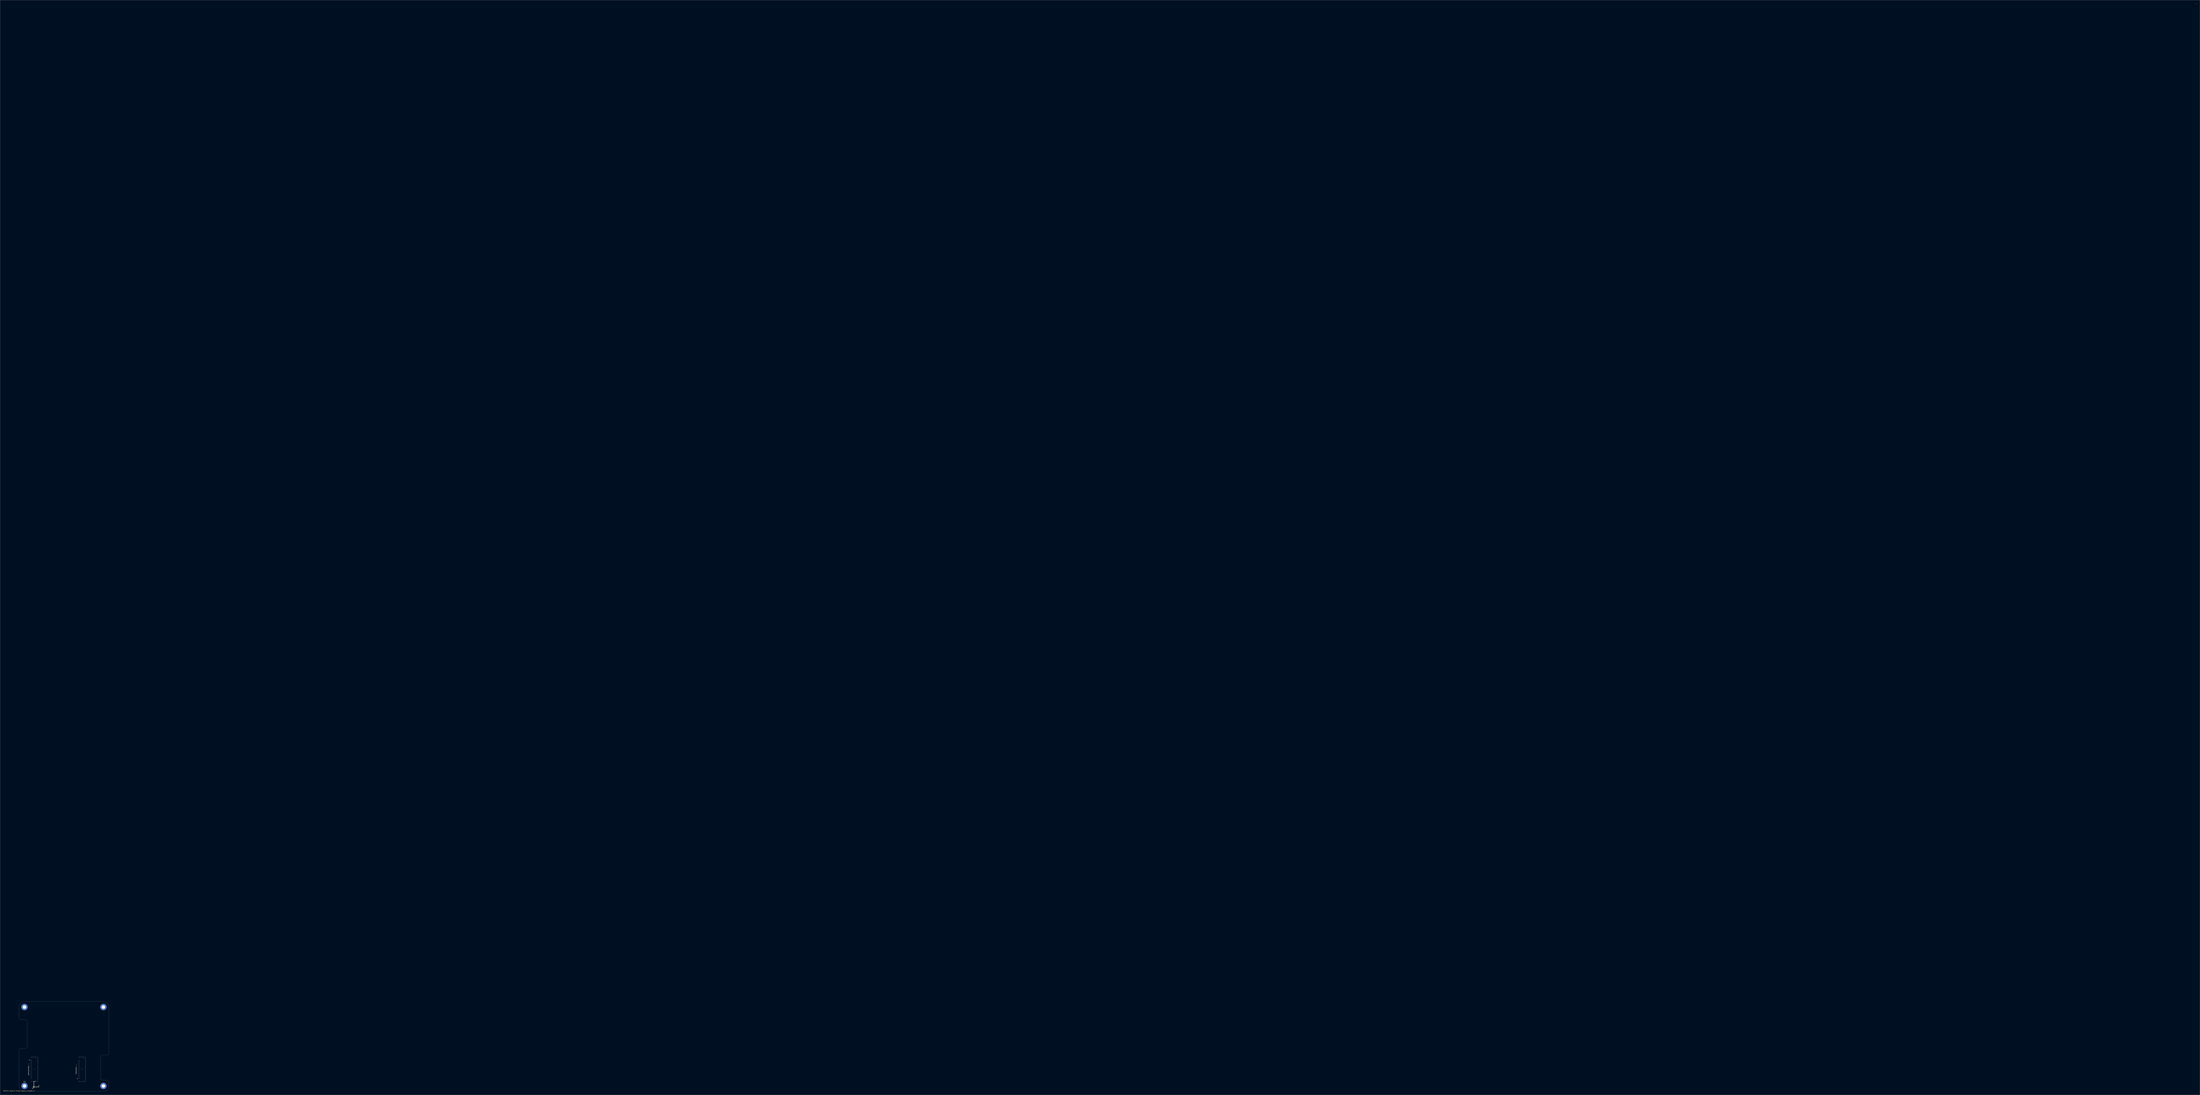
<source format=kicad_pcb>
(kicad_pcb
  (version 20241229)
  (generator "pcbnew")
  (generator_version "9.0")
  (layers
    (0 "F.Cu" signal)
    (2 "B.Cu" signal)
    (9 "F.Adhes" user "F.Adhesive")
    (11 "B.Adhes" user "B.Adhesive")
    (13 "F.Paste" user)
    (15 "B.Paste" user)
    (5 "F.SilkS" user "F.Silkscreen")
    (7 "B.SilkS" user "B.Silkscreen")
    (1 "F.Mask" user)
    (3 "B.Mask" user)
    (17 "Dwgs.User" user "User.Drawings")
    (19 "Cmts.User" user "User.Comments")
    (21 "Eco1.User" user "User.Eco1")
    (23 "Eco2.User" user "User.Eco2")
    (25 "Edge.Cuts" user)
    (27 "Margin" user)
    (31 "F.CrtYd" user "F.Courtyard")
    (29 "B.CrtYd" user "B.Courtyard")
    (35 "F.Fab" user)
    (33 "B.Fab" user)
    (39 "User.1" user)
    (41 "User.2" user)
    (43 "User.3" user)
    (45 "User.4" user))
  (footprint "Battery_Board_Shape_Space_Invader_2"
    (layer "F.Cu")
    (at 14.455 999.958)
    (property "Reference" "Battery_Board_Shape_Space_Invader_2" (at 0 -0.5 0) (unlocked yes) (layer "F.SilkS") (effects (font (size 1 1) (thickness 0.1))))
    (attr through_hole exclude_from_pos_files exclude_from_bom allow_missing_courtyard)
    (fp_poly (pts (xy 14.015 -8.872) (xy 13.738 -8.872) (xy 13.738 -5.168) (xy 13.473 -5.168) (xy 13.473 -8.872) (xy 13.195 -8.872) (xy 13.605 -9.375)) (stroke (width 0) (type solid)) (fill yes) (layer "F.SilkS"))
    (fp_poly (pts (xy 18.355 -4.096) (xy 17.852 -3.686) (xy 17.852 -3.964) (xy 14.677 -3.964) (xy 14.677 -4.228) (xy 17.852 -4.228) (xy 17.852 -4.506)) (stroke (width 0) (type solid)) (fill yes) (layer "F.SilkS"))
    (fp_poly (pts (xy 2000.228 -999.907) (xy 2000.2 -999.907) (xy 2000.2 -999.484) (xy 2000.173 -999.484) (xy 2000.173 -999.907) (xy 2000.146 -999.907) (xy 2000.187 -999.958)) (stroke (width 0) (type solid) (color 128 128 128 1)) (fill yes) (layer "F.SilkS"))
    (fp_poly (pts (xy 2000.228 -999.907) (xy 2000.2 -999.907) (xy 2000.2 -999.484) (xy 2000.173 -999.484) (xy 2000.173 -999.907) (xy 2000.146 -999.907) (xy 2000.187 -999.958)) (stroke (width 0) (type solid) (color 128 128 128 1)) (fill yes) (layer "F.SilkS"))
    (fp_poly (pts (xy 2000.714 -999.43) (xy 2000.664 -999.389) (xy 2000.664 -999.417) (xy 2000.241 -999.417) (xy 2000.241 -999.443) (xy 2000.664 -999.443) (xy 2000.664 -999.471)) (stroke (width 0) (type solid) (color 128 128 128 1)) (fill yes) (layer "F.SilkS"))
    (fp_poly (pts (xy 2000.714 -999.43) (xy 2000.664 -999.389) (xy 2000.664 -999.417) (xy 2000.241 -999.417) (xy 2000.241 -999.443) (xy 2000.664 -999.443) (xy 2000.664 -999.471)) (stroke (width 0) (type solid) (color 128 128 128 1)) (fill yes) (layer "F.SilkS"))
    (fp_poly (pts (xy 14.524 -9.213) (xy 14.694 -9.466) (xy 14.784 -9.466) (xy 14.565 -9.143) (xy 14.565 -8.849) (xy 14.482 -8.849) (xy 14.482 -9.143) (xy 14.263 -9.466) (xy 14.353 -9.466)) (stroke (width -0.000001) (type solid)) (fill yes) (layer "F.SilkS"))
    (fp_poly (pts (xy 12.49 -2.983) (xy 12.1 -2.5) (xy 12.5 -2.5) (xy 12.5 -2.43) (xy 11.996 -2.43) (xy 11.996 -2.493) (xy 12.386 -2.977) (xy 12.006 -2.977) (xy 12.006 -3.047) (xy 12.49 -3.047)) (stroke (width -0.000001) (type solid)) (fill yes) (layer "F.SilkS"))
    (fp_poly (pts (xy 12.927 -2.73) (xy 13.158 -2.73) (xy 13.158 -2.66) (xy 12.927 -2.66) (xy 12.927 -2.43) (xy 12.858 -2.43) (xy 12.858 -2.66) (xy 12.628 -2.66) (xy 12.628 -2.73) (xy 12.858 -2.73) (xy 12.858 -2.961) (xy 12.927 -2.961)) (stroke (width -0.000001) (type solid)) (fill yes) (layer "F.SilkS"))
    (fp_poly (pts (xy 15.172 -9.15) (xy 15.402 -9.15) (xy 15.402 -9.08) (xy 15.172 -9.08) (xy 15.172 -8.849) (xy 15.102 -8.849) (xy 15.102 -9.08) (xy 14.872 -9.08) (xy 14.872 -9.15) (xy 15.102 -9.15) (xy 15.102 -9.38) (xy 15.172 -9.38)) (stroke (width -0.000001) (type solid)) (fill yes) (layer "F.SilkS"))
    (fp_poly (pts (xy 17.955 -5.285) (xy 18.109 -5.515) (xy 18.198 -5.515) (xy 18 -5.218) (xy 18.212 -4.897) (xy 18.122 -4.897) (xy 17.948 -5.16) (xy 17.773 -4.897) (xy 17.683 -4.897) (xy 17.904 -5.227) (xy 17.711 -5.515) (xy 17.801 -5.515)) (stroke (width -0.000001) (type solid)) (fill yes) (layer "F.SilkS"))
    (fp_poly (pts (xy 18.628 -5.198) (xy 18.858 -5.198) (xy 18.858 -5.128) (xy 18.628 -5.128) (xy 18.628 -4.897) (xy 18.558 -4.897) (xy 18.558 -5.128) (xy 18.328 -5.128) (xy 18.328 -5.198) (xy 18.558 -5.198) (xy 18.558 -5.428) (xy 18.628 -5.428)) (stroke (width -0.000001) (type solid)) (fill yes) (layer "F.SilkS"))
    (fp_poly (pts (xy 13.633 -4.625) (xy 13.659 -4.623) (xy 13.686 -4.619) (xy 13.712 -4.615) (xy 13.738 -4.609) (xy 13.763 -4.602) (xy 13.787 -4.593) (xy 13.811 -4.584) (xy 13.835 -4.573) (xy 13.858 -4.561) (xy 13.88 -4.549) (xy 13.901 -4.535) (xy 13.922 -4.52) (xy 13.942 -4.504) (xy 13.961 -4.488) (xy 13.979 -4.47) (xy 13.997 -4.452) (xy 14.014 -4.433) (xy 14.029 -4.413) (xy 14.044 -4.392) (xy 14.058 -4.371) (xy 14.071 -4.348) (xy 14.082 -4.326) (xy 14.093 -4.302) (xy 14.102 -4.278) (xy 14.111 -4.254) (xy 14.118 -4.228) (xy 14.124 -4.203) (xy 14.128 -4.177) (xy 14.132 -4.15) (xy 14.134 -4.123) (xy 14.134 -4.096) (xy 14.134 -4.069) (xy 14.132 -4.042) (xy 14.128 -4.016) (xy 14.124 -3.99) (xy 14.118 -3.964) (xy 14.111 -3.939) (xy 14.102 -3.914) (xy 14.093 -3.89) (xy 14.082 -3.867) (xy 14.071 -3.844) (xy 14.058 -3.822) (xy 14.044 -3.8) (xy 14.029 -3.78) (xy 14.014 -3.76) (xy 13.997 -3.74) (xy 13.979 -3.722) (xy 13.961 -3.704) (xy 13.942 -3.688) (xy 13.922 -3.672) (xy 13.901 -3.657) (xy 13.88 -3.644) (xy 13.858 -3.631) (xy 13.835 -3.619) (xy 13.811 -3.609) (xy 13.787 -3.599) (xy 13.763 -3.591) (xy 13.738 -3.584) (xy 13.712 -3.578) (xy 13.686 -3.573) (xy 13.659 -3.57) (xy 13.633 -3.568) (xy 13.605 -3.567) (xy 13.578 -3.568) (xy 13.551 -3.57) (xy 13.525 -3.573) (xy 13.499 -3.578) (xy 13.473 -3.584) (xy 13.448 -3.591) (xy 13.423 -3.599) (xy 13.399 -3.609) (xy 13.376 -3.619) (xy 13.353 -3.631) (xy 13.331 -3.644) (xy 13.309 -3.657) (xy 13.289 -3.672) (xy 13.269 -3.688) (xy 13.249 -3.704) (xy 13.231 -3.722) (xy 13.214 -3.74) (xy 13.197 -3.76) (xy 13.181 -3.78) (xy 13.166 -3.8) (xy 13.153 -3.822) (xy 13.14 -3.844) (xy 13.128 -3.867) (xy 13.118 -3.89) (xy 13.108 -3.914) (xy 13.1 -3.939) (xy 13.093 -3.964) (xy 13.087 -3.99) (xy 13.082 -4.016) (xy 13.079 -4.042) (xy 13.077 -4.069) (xy 13.076 -4.096) (xy 13.077 -4.123) (xy 13.079 -4.15) (xy 13.082 -4.177) (xy 13.087 -4.203) (xy 13.093 -4.228) (xy 13.1 -4.254) (xy 13.108 -4.278) (xy 13.118 -4.302) (xy 13.128 -4.326) (xy 13.14 -4.348) (xy 13.153 -4.371) (xy 13.166 -4.392) (xy 13.181 -4.413) (xy 13.197 -4.433) (xy 13.214 -4.452) (xy 13.231 -4.47) (xy 13.249 -4.488) (xy 13.269 -4.504) (xy 13.289 -4.52) (xy 13.309 -4.535) (xy 13.331 -4.549) (xy 13.353 -4.561) (xy 13.376 -4.573) (xy 13.399 -4.584) (xy 13.423 -4.593) (xy 13.448 -4.602) (xy 13.473 -4.609) (xy 13.499 -4.615) (xy 13.525 -4.619) (xy 13.551 -4.623) (xy 13.578 -4.625) (xy 13.605 -4.625)) (stroke (width 0) (type solid)) (fill yes) (layer "F.SilkS"))
    (fp_poly (pts (xy 13.66 -5.153) (xy 13.713 -5.149) (xy 13.766 -5.142) (xy 13.819 -5.133) (xy 13.87 -5.121) (xy 13.92 -5.107) (xy 13.969 -5.09) (xy 14.017 -5.071) (xy 14.064 -5.05) (xy 14.11 -5.027) (xy 14.154 -5.001) (xy 14.197 -4.974) (xy 14.239 -4.944) (xy 14.278 -4.913) (xy 14.317 -4.88) (xy 14.354 -4.845) (xy 14.389 -4.808) (xy 14.422 -4.769) (xy 14.453 -4.729) (xy 14.483 -4.688) (xy 14.51 -4.645) (xy 14.536 -4.601) (xy 14.559 -4.555) (xy 14.58 -4.508) (xy 14.599 -4.46) (xy 14.616 -4.411) (xy 14.63 -4.361) (xy 14.642 -4.309) (xy 14.651 -4.257) (xy 14.658 -4.204) (xy 14.662 -4.151) (xy 14.664 -4.096) (xy 14.662 -4.042) (xy 14.658 -3.988) (xy 14.651 -3.935) (xy 14.642 -3.883) (xy 14.63 -3.832) (xy 14.616 -3.781) (xy 14.599 -3.732) (xy 14.58 -3.684) (xy 14.559 -3.637) (xy 14.536 -3.592) (xy 14.51 -3.547) (xy 14.483 -3.504) (xy 14.453 -3.463) (xy 14.422 -3.423) (xy 14.389 -3.385) (xy 14.354 -3.348) (xy 14.317 -3.313) (xy 14.278 -3.279) (xy 14.239 -3.248) (xy 14.197 -3.219) (xy 14.154 -3.191) (xy 14.11 -3.166) (xy 14.064 -3.142) (xy 14.017 -3.121) (xy 13.969 -3.102) (xy 13.92 -3.085) (xy 13.87 -3.071) (xy 13.819 -3.059) (xy 13.766 -3.05) (xy 13.713 -3.043) (xy 13.66 -3.039) (xy 13.605 -3.038) (xy 13.551 -3.039) (xy 13.497 -3.043) (xy 13.444 -3.05) (xy 13.392 -3.059) (xy 13.341 -3.071) (xy 13.291 -3.085) (xy 13.241 -3.102) (xy 13.193 -3.121) (xy 13.146 -3.142) (xy 13.101 -3.166) (xy 13.056 -3.191) (xy 13.014 -3.219) (xy 12.972 -3.248) (xy 12.932 -3.279) (xy 12.894 -3.313) (xy 12.857 -3.348) (xy 12.822 -3.385) (xy 12.789 -3.423) (xy 12.757 -3.463) (xy 12.728 -3.504) (xy 12.7 -3.547) (xy 12.675 -3.592) (xy 12.651 -3.637) (xy 12.63 -3.684) (xy 12.611 -3.732) (xy 12.595 -3.781) (xy 12.58 -3.832) (xy 12.568 -3.883) (xy 12.559 -3.935) (xy 12.552 -3.988) (xy 12.548 -4.042) (xy 12.547 -4.096) (xy 12.548 -4.151) (xy 12.552 -4.204) (xy 12.559 -4.257) (xy 12.568 -4.309) (xy 12.58 -4.361) (xy 12.595 -4.411) (xy 12.611 -4.46) (xy 12.63 -4.508) (xy 12.651 -4.555) (xy 12.675 -4.601) (xy 12.7 -4.645) (xy 12.728 -4.688) (xy 12.757 -4.729) (xy 12.789 -4.769) (xy 12.822 -4.808) (xy 12.857 -4.845) (xy 12.894 -4.88) (xy 12.932 -4.913) (xy 12.972 -4.944) (xy 13.014 -4.974) (xy 13.056 -5.001) (xy 13.101 -5.027) (xy 13.146 -5.05) (xy 13.193 -5.071) (xy 13.241 -5.09) (xy 13.291 -5.107) (xy 13.341 -5.121) (xy 13.392 -5.133) (xy 13.444 -5.142) (xy 13.497 -5.149) (xy 13.551 -5.153) (xy 13.605 -5.154)) (stroke (width 0.1) (type solid)) (fill no) (layer "F.SilkS"))
    (fp_poly (pts (xy 2000.188 -999.456) (xy 2000.189 -999.456) (xy 2000.191 -999.456) (xy 2000.192 -999.456) (xy 2000.193 -999.455) (xy 2000.194 -999.455) (xy 2000.196 -999.455) (xy 2000.197 -999.454) (xy 2000.198 -999.454) (xy 2000.199 -999.453) (xy 2000.2 -999.452) (xy 2000.201 -999.452) (xy 2000.202 -999.451) (xy 2000.203 -999.45) (xy 2000.204 -999.449) (xy 2000.205 -999.449) (xy 2000.206 -999.448) (xy 2000.207 -999.447) (xy 2000.208 -999.446) (xy 2000.208 -999.445) (xy 2000.209 -999.444) (xy 2000.21 -999.442) (xy 2000.21 -999.441) (xy 2000.211 -999.44) (xy 2000.211 -999.439) (xy 2000.212 -999.438) (xy 2000.212 -999.436) (xy 2000.212 -999.435) (xy 2000.213 -999.434) (xy 2000.213 -999.433) (xy 2000.213 -999.431) (xy 2000.213 -999.43) (xy 2000.213 -999.428) (xy 2000.213 -999.427) (xy 2000.213 -999.426) (xy 2000.212 -999.424) (xy 2000.212 -999.423) (xy 2000.212 -999.422) (xy 2000.211 -999.421) (xy 2000.211 -999.42) (xy 2000.21 -999.418) (xy 2000.21 -999.417) (xy 2000.209 -999.416) (xy 2000.208 -999.415) (xy 2000.208 -999.414) (xy 2000.207 -999.413) (xy 2000.206 -999.412) (xy 2000.205 -999.411) (xy 2000.204 -999.41) (xy 2000.203 -999.409) (xy 2000.202 -999.409) (xy 2000.201 -999.408) (xy 2000.2 -999.407) (xy 2000.199 -999.407) (xy 2000.198 -999.406) (xy 2000.197 -999.405) (xy 2000.196 -999.405) (xy 2000.194 -999.405) (xy 2000.193 -999.404) (xy 2000.192 -999.404) (xy 2000.191 -999.404) (xy 2000.189 -999.404) (xy 2000.188 -999.403) (xy 2000.187 -999.403) (xy 2000.185 -999.403) (xy 2000.184 -999.404) (xy 2000.183 -999.404) (xy 2000.181 -999.404) (xy 2000.18 -999.404) (xy 2000.179 -999.405) (xy 2000.177 -999.405) (xy 2000.176 -999.405) (xy 2000.175 -999.406) (xy 2000.174 -999.407) (xy 2000.173 -999.407) (xy 2000.172 -999.408) (xy 2000.171 -999.409) (xy 2000.17 -999.409) (xy 2000.169 -999.41) (xy 2000.168 -999.411) (xy 2000.167 -999.412) (xy 2000.166 -999.413) (xy 2000.165 -999.414) (xy 2000.165 -999.415) (xy 2000.164 -999.416) (xy 2000.163 -999.417) (xy 2000.163 -999.418) (xy 2000.162 -999.42) (xy 2000.162 -999.421) (xy 2000.161 -999.422) (xy 2000.161 -999.423) (xy 2000.161 -999.424) (xy 2000.16 -999.426) (xy 2000.16 -999.427) (xy 2000.16 -999.428) (xy 2000.16 -999.43) (xy 2000.16 -999.431) (xy 2000.16 -999.433) (xy 2000.16 -999.434) (xy 2000.161 -999.435) (xy 2000.161 -999.436) (xy 2000.161 -999.438) (xy 2000.162 -999.439) (xy 2000.162 -999.44) (xy 2000.163 -999.441) (xy 2000.163 -999.442) (xy 2000.164 -999.444) (xy 2000.165 -999.445) (xy 2000.165 -999.446) (xy 2000.166 -999.447) (xy 2000.167 -999.448) (xy 2000.168 -999.449) (xy 2000.169 -999.449) (xy 2000.17 -999.45) (xy 2000.171 -999.451) (xy 2000.172 -999.452) (xy 2000.173 -999.452) (xy 2000.174 -999.453) (xy 2000.175 -999.454) (xy 2000.176 -999.454) (xy 2000.177 -999.455) (xy 2000.179 -999.455) (xy 2000.18 -999.455) (xy 2000.181 -999.456) (xy 2000.183 -999.456) (xy 2000.184 -999.456) (xy 2000.185 -999.456) (xy 2000.187 -999.456)) (stroke (width 0) (type solid) (color 128 128 128 1)) (fill yes) (layer "F.SilkS"))
    (fp_poly (pts (xy 2000.188 -999.456) (xy 2000.189 -999.456) (xy 2000.191 -999.456) (xy 2000.192 -999.456) (xy 2000.193 -999.455) (xy 2000.194 -999.455) (xy 2000.196 -999.455) (xy 2000.197 -999.454) (xy 2000.198 -999.454) (xy 2000.199 -999.453) (xy 2000.2 -999.452) (xy 2000.201 -999.452) (xy 2000.202 -999.451) (xy 2000.203 -999.45) (xy 2000.204 -999.449) (xy 2000.205 -999.449) (xy 2000.206 -999.448) (xy 2000.207 -999.447) (xy 2000.208 -999.446) (xy 2000.208 -999.445) (xy 2000.209 -999.444) (xy 2000.21 -999.442) (xy 2000.21 -999.441) (xy 2000.211 -999.44) (xy 2000.211 -999.439) (xy 2000.212 -999.438) (xy 2000.212 -999.436) (xy 2000.212 -999.435) (xy 2000.213 -999.434) (xy 2000.213 -999.433) (xy 2000.213 -999.431) (xy 2000.213 -999.43) (xy 2000.213 -999.428) (xy 2000.213 -999.427) (xy 2000.213 -999.426) (xy 2000.212 -999.424) (xy 2000.212 -999.423) (xy 2000.212 -999.422) (xy 2000.211 -999.421) (xy 2000.211 -999.42) (xy 2000.21 -999.418) (xy 2000.21 -999.417) (xy 2000.209 -999.416) (xy 2000.208 -999.415) (xy 2000.208 -999.414) (xy 2000.207 -999.413) (xy 2000.206 -999.412) (xy 2000.205 -999.411) (xy 2000.204 -999.41) (xy 2000.203 -999.409) (xy 2000.202 -999.409) (xy 2000.201 -999.408) (xy 2000.2 -999.407) (xy 2000.199 -999.407) (xy 2000.198 -999.406) (xy 2000.197 -999.405) (xy 2000.196 -999.405) (xy 2000.194 -999.405) (xy 2000.193 -999.404) (xy 2000.192 -999.404) (xy 2000.191 -999.404) (xy 2000.189 -999.404) (xy 2000.188 -999.403) (xy 2000.187 -999.403) (xy 2000.185 -999.403) (xy 2000.184 -999.404) (xy 2000.183 -999.404) (xy 2000.181 -999.404) (xy 2000.18 -999.404) (xy 2000.179 -999.405) (xy 2000.177 -999.405) (xy 2000.176 -999.405) (xy 2000.175 -999.406) (xy 2000.174 -999.407) (xy 2000.173 -999.407) (xy 2000.172 -999.408) (xy 2000.171 -999.409) (xy 2000.17 -999.409) (xy 2000.169 -999.41) (xy 2000.168 -999.411) (xy 2000.167 -999.412) (xy 2000.166 -999.413) (xy 2000.165 -999.414) (xy 2000.165 -999.415) (xy 2000.164 -999.416) (xy 2000.163 -999.417) (xy 2000.163 -999.418) (xy 2000.162 -999.42) (xy 2000.162 -999.421) (xy 2000.161 -999.422) (xy 2000.161 -999.423) (xy 2000.161 -999.424) (xy 2000.16 -999.426) (xy 2000.16 -999.427) (xy 2000.16 -999.428) (xy 2000.16 -999.43) (xy 2000.16 -999.431) (xy 2000.16 -999.433) (xy 2000.16 -999.434) (xy 2000.161 -999.435) (xy 2000.161 -999.436) (xy 2000.161 -999.438) (xy 2000.162 -999.439) (xy 2000.162 -999.44) (xy 2000.163 -999.441) (xy 2000.163 -999.442) (xy 2000.164 -999.444) (xy 2000.165 -999.445) (xy 2000.165 -999.446) (xy 2000.166 -999.447) (xy 2000.167 -999.448) (xy 2000.168 -999.449) (xy 2000.169 -999.449) (xy 2000.17 -999.45) (xy 2000.171 -999.451) (xy 2000.172 -999.452) (xy 2000.173 -999.452) (xy 2000.174 -999.453) (xy 2000.175 -999.454) (xy 2000.176 -999.454) (xy 2000.177 -999.455) (xy 2000.179 -999.455) (xy 2000.18 -999.455) (xy 2000.181 -999.456) (xy 2000.183 -999.456) (xy 2000.184 -999.456) (xy 2000.185 -999.456) (xy 2000.187 -999.456)) (stroke (width 0) (type solid) (color 128 128 128 1)) (fill yes) (layer "F.SilkS"))
    (fp_poly (pts (xy 2000.191 -999.509) (xy 2000.195 -999.509) (xy 2000.199 -999.508) (xy 2000.203 -999.508) (xy 2000.206 -999.507) (xy 2000.21 -999.506) (xy 2000.214 -999.504) (xy 2000.217 -999.503) (xy 2000.221 -999.501) (xy 2000.224 -999.5) (xy 2000.228 -999.498) (xy 2000.231 -999.496) (xy 2000.234 -999.493) (xy 2000.237 -999.491) (xy 2000.24 -999.489) (xy 2000.243 -999.486) (xy 2000.245 -999.483) (xy 2000.248 -999.48) (xy 2000.25 -999.477) (xy 2000.252 -999.474) (xy 2000.254 -999.471) (xy 2000.256 -999.468) (xy 2000.258 -999.464) (xy 2000.26 -999.461) (xy 2000.261 -999.457) (xy 2000.262 -999.453) (xy 2000.263 -999.45) (xy 2000.264 -999.446) (xy 2000.265 -999.442) (xy 2000.265 -999.438) (xy 2000.266 -999.434) (xy 2000.266 -999.43) (xy 2000.266 -999.426) (xy 2000.265 -999.422) (xy 2000.265 -999.418) (xy 2000.264 -999.414) (xy 2000.263 -999.41) (xy 2000.262 -999.406) (xy 2000.261 -999.403) (xy 2000.26 -999.399) (xy 2000.258 -999.395) (xy 2000.256 -999.392) (xy 2000.254 -999.389) (xy 2000.252 -999.385) (xy 2000.25 -999.382) (xy 2000.248 -999.379) (xy 2000.245 -999.376) (xy 2000.243 -999.374) (xy 2000.24 -999.371) (xy 2000.237 -999.369) (xy 2000.234 -999.366) (xy 2000.231 -999.364) (xy 2000.228 -999.362) (xy 2000.224 -999.36) (xy 2000.221 -999.358) (xy 2000.217 -999.357) (xy 2000.214 -999.355) (xy 2000.21 -999.354) (xy 2000.206 -999.353) (xy 2000.203 -999.352) (xy 2000.199 -999.351) (xy 2000.195 -999.351) (xy 2000.191 -999.351) (xy 2000.187 -999.35) (xy 2000.182 -999.351) (xy 2000.178 -999.351) (xy 2000.174 -999.351) (xy 2000.171 -999.352) (xy 2000.167 -999.353) (xy 2000.163 -999.354) (xy 2000.159 -999.355) (xy 2000.156 -999.357) (xy 2000.152 -999.358) (xy 2000.149 -999.36) (xy 2000.145 -999.362) (xy 2000.142 -999.364) (xy 2000.139 -999.366) (xy 2000.136 -999.369) (xy 2000.133 -999.371) (xy 2000.13 -999.374) (xy 2000.128 -999.376) (xy 2000.125 -999.379) (xy 2000.123 -999.382) (xy 2000.121 -999.385) (xy 2000.119 -999.389) (xy 2000.117 -999.392) (xy 2000.115 -999.395) (xy 2000.113 -999.399) (xy 2000.112 -999.403) (xy 2000.111 -999.406) (xy 2000.11 -999.41) (xy 2000.109 -999.414) (xy 2000.108 -999.418) (xy 2000.108 -999.422) (xy 2000.107 -999.426) (xy 2000.107 -999.43) (xy 2000.107 -999.434) (xy 2000.108 -999.438) (xy 2000.108 -999.442) (xy 2000.109 -999.446) (xy 2000.11 -999.45) (xy 2000.111 -999.453) (xy 2000.112 -999.457) (xy 2000.113 -999.461) (xy 2000.115 -999.464) (xy 2000.117 -999.468) (xy 2000.119 -999.471) (xy 2000.121 -999.474) (xy 2000.123 -999.477) (xy 2000.125 -999.48) (xy 2000.128 -999.483) (xy 2000.13 -999.486) (xy 2000.133 -999.489) (xy 2000.136 -999.491) (xy 2000.139 -999.493) (xy 2000.142 -999.496) (xy 2000.145 -999.498) (xy 2000.149 -999.5) (xy 2000.152 -999.501) (xy 2000.156 -999.503) (xy 2000.159 -999.504) (xy 2000.163 -999.506) (xy 2000.167 -999.507) (xy 2000.171 -999.508) (xy 2000.174 -999.508) (xy 2000.178 -999.509) (xy 2000.182 -999.509) (xy 2000.187 -999.509)) (stroke (width 0.1) (type solid) (color 128 128 128 1)) (fill no) (layer "F.SilkS"))
    (fp_poly (pts (xy 2000.191 -999.509) (xy 2000.195 -999.509) (xy 2000.199 -999.508) (xy 2000.203 -999.508) (xy 2000.206 -999.507) (xy 2000.21 -999.506) (xy 2000.214 -999.504) (xy 2000.217 -999.503) (xy 2000.221 -999.501) (xy 2000.224 -999.5) (xy 2000.228 -999.498) (xy 2000.231 -999.496) (xy 2000.234 -999.493) (xy 2000.237 -999.491) (xy 2000.24 -999.489) (xy 2000.243 -999.486) (xy 2000.245 -999.483) (xy 2000.248 -999.48) (xy 2000.25 -999.477) (xy 2000.252 -999.474) (xy 2000.254 -999.471) (xy 2000.256 -999.468) (xy 2000.258 -999.464) (xy 2000.26 -999.461) (xy 2000.261 -999.457) (xy 2000.262 -999.453) (xy 2000.263 -999.45) (xy 2000.264 -999.446) (xy 2000.265 -999.442) (xy 2000.265 -999.438) (xy 2000.266 -999.434) (xy 2000.266 -999.43) (xy 2000.266 -999.426) (xy 2000.265 -999.422) (xy 2000.265 -999.418) (xy 2000.264 -999.414) (xy 2000.263 -999.41) (xy 2000.262 -999.406) (xy 2000.261 -999.403) (xy 2000.26 -999.399) (xy 2000.258 -999.395) (xy 2000.256 -999.392) (xy 2000.254 -999.389) (xy 2000.252 -999.385) (xy 2000.25 -999.382) (xy 2000.248 -999.379) (xy 2000.245 -999.376) (xy 2000.243 -999.374) (xy 2000.24 -999.371) (xy 2000.237 -999.369) (xy 2000.234 -999.366) (xy 2000.231 -999.364) (xy 2000.228 -999.362) (xy 2000.224 -999.36) (xy 2000.221 -999.358) (xy 2000.217 -999.357) (xy 2000.214 -999.355) (xy 2000.21 -999.354) (xy 2000.206 -999.353) (xy 2000.203 -999.352) (xy 2000.199 -999.351) (xy 2000.195 -999.351) (xy 2000.191 -999.351) (xy 2000.187 -999.35) (xy 2000.182 -999.351) (xy 2000.178 -999.351) (xy 2000.174 -999.351) (xy 2000.171 -999.352) (xy 2000.167 -999.353) (xy 2000.163 -999.354) (xy 2000.159 -999.355) (xy 2000.156 -999.357) (xy 2000.152 -999.358) (xy 2000.149 -999.36) (xy 2000.145 -999.362) (xy 2000.142 -999.364) (xy 2000.139 -999.366) (xy 2000.136 -999.369) (xy 2000.133 -999.371) (xy 2000.13 -999.374) (xy 2000.128 -999.376) (xy 2000.125 -999.379) (xy 2000.123 -999.382) (xy 2000.121 -999.385) (xy 2000.119 -999.389) (xy 2000.117 -999.392) (xy 2000.115 -999.395) (xy 2000.113 -999.399) (xy 2000.112 -999.403) (xy 2000.111 -999.406) (xy 2000.11 -999.41) (xy 2000.109 -999.414) (xy 2000.108 -999.418) (xy 2000.108 -999.422) (xy 2000.107 -999.426) (xy 2000.107 -999.43) (xy 2000.107 -999.434) (xy 2000.108 -999.438) (xy 2000.108 -999.442) (xy 2000.109 -999.446) (xy 2000.11 -999.45) (xy 2000.111 -999.453) (xy 2000.112 -999.457) (xy 2000.113 -999.461) (xy 2000.115 -999.464) (xy 2000.117 -999.468) (xy 2000.119 -999.471) (xy 2000.121 -999.474) (xy 2000.123 -999.477) (xy 2000.125 -999.48) (xy 2000.128 -999.483) (xy 2000.13 -999.486) (xy 2000.133 -999.489) (xy 2000.136 -999.491) (xy 2000.139 -999.493) (xy 2000.142 -999.496) (xy 2000.145 -999.498) (xy 2000.149 -999.5) (xy 2000.152 -999.501) (xy 2000.156 -999.503) (xy 2000.159 -999.504) (xy 2000.163 -999.506) (xy 2000.167 -999.507) (xy 2000.171 -999.508) (xy 2000.174 -999.508) (xy 2000.178 -999.509) (xy 2000.182 -999.509) (xy 2000.187 -999.509)) (stroke (width 0.1) (type solid) (color 128 128 128 1)) (fill no) (layer "F.SilkS"))
    (fp_line (start 9.75 -28.875) (end 9.75 -28.875) (stroke (width 0.5) (type solid)) (layer "Dwgs.User"))
    (fp_line (start 9.75 -28.775) (end 9.75 -28.775) (stroke (width 0.5) (type solid)) (layer "Dwgs.User"))
    (fp_line (start 11.2 -31.55) (end 11.2 -30.975) (stroke (width 0.1) (type solid)) (layer "Dwgs.User"))
    (fp_line (start 11.25 -9) (end 11.25 -9.575) (stroke (width 0.1) (type solid)) (layer "Dwgs.User"))
    (fp_line (start 13.75 -20.275) (end 14.75 -20.275) (stroke (width 0.05) (type default)) (layer "Dwgs.User"))
    (fp_line (start 14.25 -19.775) (end 14.25 -20.775) (stroke (width 0.05) (type default)) (layer "Dwgs.User"))
    (fp_line (start 15.25 -31.55) (end 11.2 -31.55) (stroke (width 0.1) (type solid)) (layer "Dwgs.User"))
    (fp_line (start 15.25 -9) (end 11.25 -9) (stroke (width 0.1) (type solid)) (layer "Dwgs.User"))
    (fp_line (start 17.3 -10.275) (end 17.3 -30.275) (stroke (width 0.1) (type solid)) (layer "Dwgs.User"))
    (fp_line (start 53.499 -11.675) (end 53.499 -11.675) (stroke (width 0.5) (type solid)) (layer "Dwgs.User"))
    (fp_line (start 53.499 -11.575) (end 53.499 -11.575) (stroke (width 0.5) (type solid)) (layer "Dwgs.User"))
    (fp_line (start 54.95 -31.55) (end 54.95 -30.975) (stroke (width 0.1) (type solid)) (layer "Dwgs.User"))
    (fp_line (start 54.999 -9) (end 54.999 -9.575) (stroke (width 0.1) (type solid)) (layer "Dwgs.User"))
    (fp_line (start 57.499 -20.275) (end 58.499 -20.275) (stroke (width 0.05) (type default)) (layer "Dwgs.User"))
    (fp_line (start 57.999 -19.775) (end 57.999 -20.775) (stroke (width 0.05) (type default)) (layer "Dwgs.User"))
    (fp_line (start 58.999 -31.55) (end 54.95 -31.55) (stroke (width 0.1) (type solid)) (layer "Dwgs.User"))
    (fp_line (start 58.999 -9) (end 54.999 -9) (stroke (width 0.1) (type solid)) (layer "Dwgs.User"))
    (fp_line (start 61.05 -10.275) (end 61.05 -30.275) (stroke (width 0.1) (type solid)) (layer "Dwgs.User"))
    (fp_rect (start 11.7 -28.225) (end 10.7 -28.825) (stroke (width 0.05) (type default)) (fill no) (layer "Dwgs.User"))
    (fp_rect (start 11.7 -26.725) (end 10.7 -27.325) (stroke (width 0.05) (type default)) (fill no) (layer "Dwgs.User"))
    (fp_rect (start 11.7 -25.225) (end 10.7 -25.825) (stroke (width 0.05) (type default)) (fill no) (layer "Dwgs.User"))
    (fp_rect (start 11.7 -23.725) (end 10.7 -24.325) (stroke (width 0.05) (type default)) (fill no) (layer "Dwgs.User"))
    (fp_rect (start 11.7 -22.225) (end 10.7 -22.825) (stroke (width 0.05) (type default)) (fill no) (layer "Dwgs.User"))
    (fp_rect (start 11.7 -20.725) (end 10.7 -21.325) (stroke (width 0.05) (type default)) (fill no) (layer "Dwgs.User"))
    (fp_rect (start 11.7 -19.225) (end 10.7 -19.825) (stroke (width 0.05) (type default)) (fill no) (layer "Dwgs.User"))
    (fp_rect (start 11.7 -17.725) (end 10.7 -18.325) (stroke (width 0.05) (type default)) (fill no) (layer "Dwgs.User"))
    (fp_rect (start 11.7 -16.225) (end 10.7 -16.825) (stroke (width 0.05) (type default)) (fill no) (layer "Dwgs.User"))
    (fp_rect (start 11.7 -14.725) (end 10.7 -15.325) (stroke (width 0.05) (type default)) (fill no) (layer "Dwgs.User"))
    (fp_rect (start 11.7 -13.225) (end 10.7 -13.825) (stroke (width 0.05) (type default)) (fill no) (layer "Dwgs.User"))
    (fp_rect (start 11.7 -11.725) (end 10.7 -12.325) (stroke (width 0.05) (type default)) (fill no) (layer "Dwgs.User"))
    (fp_rect (start 17.29 -30.505) (end 15.49 -31.755) (stroke (width 0.05) (type default)) (fill no) (layer "Dwgs.User"))
    (fp_rect (start 17.29 -8.795) (end 15.49 -10.045) (stroke (width 0.05) (type default)) (fill no) (layer "Dwgs.User"))
    (fp_rect (start 55.45 -28.225) (end 54.45 -28.825) (stroke (width 0.05) (type default)) (fill no) (layer "Dwgs.User"))
    (fp_rect (start 55.45 -26.725) (end 54.45 -27.325) (stroke (width 0.05) (type default)) (fill no) (layer "Dwgs.User"))
    (fp_rect (start 55.45 -25.225) (end 54.45 -25.825) (stroke (width 0.05) (type default)) (fill no) (layer "Dwgs.User"))
    (fp_rect (start 55.45 -23.725) (end 54.45 -24.325) (stroke (width 0.05) (type default)) (fill no) (layer "Dwgs.User"))
    (fp_rect (start 55.45 -22.225) (end 54.45 -22.825) (stroke (width 0.05) (type default)) (fill no) (layer "Dwgs.User"))
    (fp_rect (start 55.45 -20.725) (end 54.45 -21.325) (stroke (width 0.05) (type default)) (fill no) (layer "Dwgs.User"))
    (fp_rect (start 55.45 -19.225) (end 54.45 -19.825) (stroke (width 0.05) (type default)) (fill no) (layer "Dwgs.User"))
    (fp_rect (start 55.45 -17.725) (end 54.45 -18.325) (stroke (width 0.05) (type default)) (fill no) (layer "Dwgs.User"))
    (fp_rect (start 55.45 -16.225) (end 54.45 -16.825) (stroke (width 0.05) (type default)) (fill no) (layer "Dwgs.User"))
    (fp_rect (start 55.45 -14.725) (end 54.45 -15.325) (stroke (width 0.05) (type default)) (fill no) (layer "Dwgs.User"))
    (fp_rect (start 55.45 -13.225) (end 54.45 -13.825) (stroke (width 0.05) (type default)) (fill no) (layer "Dwgs.User"))
    (fp_rect (start 55.45 -11.725) (end 54.45 -12.325) (stroke (width 0.05) (type default)) (fill no) (layer "Dwgs.User"))
    (fp_rect (start 61.039 -30.505) (end 59.239 -31.755) (stroke (width 0.05) (type default)) (fill no) (layer "Dwgs.User"))
    (fp_rect (start 61.039 -8.795) (end 59.239 -10.045) (stroke (width 0.05) (type default)) (fill no) (layer "Dwgs.User"))
    (fp_arc (start 9.75 -28.875) (mid 9.8 -28.825) (end 9.75 -28.775) (stroke (width 0.5) (type solid)) (layer "Dwgs.User"))
    (fp_arc (start 9.75 -28.775) (mid 9.7 -28.825) (end 9.75 -28.875) (stroke (width 0.5) (type solid)) (layer "Dwgs.User"))
    (fp_arc (start 53.4995 -11.675) (mid 53.5495 -11.625) (end 53.4995 -11.575) (stroke (width 0.5) (type solid)) (layer "Dwgs.User"))
    (fp_arc (start 53.4995 -11.575) (mid 53.4495 -11.625) (end 53.4995 -11.675) (stroke (width 0.5) (type solid)) (layer "Dwgs.User"))
    (fp_circle (center 5 -77.5) (end 7.85 -77.5) (stroke (width 0.15) (type solid)) (fill no) (layer "Cmts.User"))
    (fp_circle (center 5 -5) (end 7.85 -5) (stroke (width 0.15) (type solid)) (fill no) (layer "Cmts.User"))
    (fp_circle (center 77.5 -77.5) (end 80.35 -77.5) (stroke (width 0.15) (type solid)) (fill no) (layer "Cmts.User"))
    (fp_circle (center 77.5 -5) (end 80.35 -5) (stroke (width 0.15) (type solid)) (fill no) (layer "Cmts.User"))
    (fp_line (start 0 -68) (end 0 -77.5) (stroke (width 0.05) (type default)) (layer "Edge.Cuts"))
    (fp_line (start 0 -37.5) (end 0 -5) (stroke (width 0.05) (type default)) (layer "Edge.Cuts"))
    (fp_line (start 2 -66) (end 5.5 -66) (stroke (width 0.05) (type default)) (layer "Edge.Cuts"))
    (fp_line (start 5.5 -39.5) (end 2 -39.5) (stroke (width 0.05) (type default)) (layer "Edge.Cuts"))
    (fp_line (start 7.5 -64) (end 7.5 -41.5) (stroke (width 0.05) (type default)) (layer "Edge.Cuts"))
    (fp_line (start 75 -12.25) (end 75 -31.5) (stroke (width 0.05) (type default)) (layer "Edge.Cuts"))
    (fp_line (start 77 -33.5) (end 80.5 -33.5) (stroke (width 0.05) (type default)) (layer "Edge.Cuts"))
    (fp_line (start 77.5 -82.5) (end 5 -82.5) (stroke (width 0.05) (type default)) (layer "Edge.Cuts"))
    (fp_line (start 77.5 0) (end 5 0) (stroke (width 0.05) (type default)) (layer "Edge.Cuts"))
    (fp_line (start 80.5 -10.25) (end 77 -10.25) (stroke (width 0.05) (type default)) (layer "Edge.Cuts"))
    (fp_line (start 82.5 -35.5) (end 82.5 -77.5) (stroke (width 0.05) (type default)) (layer "Edge.Cuts"))
    (fp_line (start 82.5 -8.25) (end 82.5 -5) (stroke (width 0.05) (type default)) (layer "Edge.Cuts"))
    (fp_arc (start 0 -77.5) (mid 1.464466 -81.035534) (end 5 -82.5) (stroke (width 0.05) (type default)) (layer "Edge.Cuts"))
    (fp_arc (start 0 -37.5) (mid 0.585786 -38.914214) (end 2 -39.5) (stroke (width 0.05) (type default)) (layer "Edge.Cuts"))
    (fp_arc (start 2 -66) (mid 0.585786 -66.585786) (end 0 -68) (stroke (width 0.05) (type default)) (layer "Edge.Cuts"))
    (fp_arc (start 5 0) (mid 1.464466 -1.464466) (end 0 -5) (stroke (width 0.05) (type default)) (layer "Edge.Cuts"))
    (fp_arc (start 5.5 -66) (mid 6.914214 -65.414214) (end 7.5 -64) (stroke (width 0.05) (type default)) (layer "Edge.Cuts"))
    (fp_arc (start 7.5 -41.5) (mid 6.914214 -40.085786) (end 5.5 -39.5) (stroke (width 0.05) (type default)) (layer "Edge.Cuts"))
    (fp_arc (start 75 -31.5) (mid 75.585786 -32.914214) (end 77 -33.5) (stroke (width 0.05) (type default)) (layer "Edge.Cuts"))
    (fp_arc (start 77 -10.25) (mid 75.585786 -10.835786) (end 75 -12.25) (stroke (width 0.05) (type default)) (layer "Edge.Cuts"))
    (fp_arc (start 77.5 -82.5) (mid 81.035534 -81.035534) (end 82.5 -77.5) (stroke (width 0.05) (type default)) (layer "Edge.Cuts"))
    (fp_arc (start 80.5 -10.25) (mid 81.914214 -9.664214) (end 82.5 -8.25) (stroke (width 0.05) (type default)) (layer "Edge.Cuts"))
    (fp_arc (start 82.5 -35.5) (mid 81.914214 -34.085786) (end 80.5 -33.5) (stroke (width 0.05) (type default)) (layer "Edge.Cuts"))
    (fp_arc (start 82.5 -5) (mid 81.035534 -1.464466) (end 77.5 0) (stroke (width 0.05) (type default)) (layer "Edge.Cuts"))
    (fp_circle (center 5 -77.5) (end 8.1 -77.5) (stroke (width 0.05) (type solid)) (fill no) (layer "F.CrtYd"))
    (fp_circle (center 5 -5) (end 8.1 -5) (stroke (width 0.05) (type solid)) (fill no) (layer "F.CrtYd"))
    (fp_circle (center 77.5 -77.5) (end 80.6 -77.5) (stroke (width 0.05) (type solid)) (fill no) (layer "F.CrtYd"))
    (fp_circle (center 77.5 -5) (end 80.6 -5) (stroke (width 0.05) (type solid)) (fill no) (layer "F.CrtYd"))
    (fp_poly (pts (xy 14.025 -8.889) (xy 13.747 -8.889) (xy 13.747 -5.184) (xy 13.482 -5.184) (xy 13.482 -8.889) (xy 13.205 -8.889) (xy 13.615 -9.391)) (stroke (width 0.1) (type solid)) (fill no) (layer "F.Fab"))
    (fp_poly (pts (xy 18.364 -4.113) (xy 17.861 -3.703) (xy 17.861 -3.981) (xy 14.686 -3.981) (xy 14.686 -4.245) (xy 17.861 -4.245) (xy 17.861 -4.523)) (stroke (width 0.1) (type solid)) (fill no) (layer "F.Fab"))
    (fp_poly (pts (xy 14.534 -9.229) (xy 14.704 -9.483) (xy 14.793 -9.483) (xy 14.575 -9.16) (xy 14.575 -8.866) (xy 14.491 -8.866) (xy 14.491 -9.16) (xy 14.273 -9.483) (xy 14.362 -9.483)) (stroke (width 0.1) (type solid)) (fill no) (layer "F.Fab"))
    (fp_poly (pts (xy 12.5 -3) (xy 12.11 -2.517) (xy 12.51 -2.517) (xy 12.51 -2.446) (xy 12.006 -2.446) (xy 12.006 -2.51) (xy 12.396 -2.993) (xy 12.015 -2.993) (xy 12.015 -3.064) (xy 12.5 -3.064)) (stroke (width 0.1) (type solid)) (fill no) (layer "F.Fab"))
    (fp_poly (pts (xy 12.937 -2.747) (xy 13.167 -2.747) (xy 13.167 -2.677) (xy 12.937 -2.677) (xy 12.937 -2.446) (xy 12.868 -2.446) (xy 12.868 -2.677) (xy 12.637 -2.677) (xy 12.637 -2.747) (xy 12.868 -2.747) (xy 12.868 -2.977) (xy 12.937 -2.977)) (stroke (width 0.1) (type solid)) (fill no) (layer "F.Fab"))
    (fp_poly (pts (xy 15.181 -9.167) (xy 15.411 -9.167) (xy 15.411 -9.096) (xy 15.181 -9.096) (xy 15.181 -8.866) (xy 15.112 -8.866) (xy 15.112 -9.096) (xy 14.881 -9.096) (xy 14.881 -9.167) (xy 15.112 -9.167) (xy 15.112 -9.397) (xy 15.181 -9.397)) (stroke (width 0.1) (type solid)) (fill no) (layer "F.Fab"))
    (fp_poly (pts (xy 17.964 -5.302) (xy 18.118 -5.531) (xy 18.208 -5.531) (xy 18.01 -5.235) (xy 18.221 -4.914) (xy 18.132 -4.914) (xy 17.958 -5.177) (xy 17.783 -4.914) (xy 17.693 -4.914) (xy 17.913 -5.244) (xy 17.721 -5.531) (xy 17.811 -5.531)) (stroke (width 0.1) (type solid)) (fill no) (layer "F.Fab"))
    (fp_poly (pts (xy 18.637 -5.215) (xy 18.867 -5.215) (xy 18.867 -5.144) (xy 18.637 -5.144) (xy 18.637 -4.914) (xy 18.568 -4.914) (xy 18.568 -5.144) (xy 18.337 -5.144) (xy 18.337 -5.215) (xy 18.568 -5.215) (xy 18.568 -5.445) (xy 18.637 -5.445)) (stroke (width 0.1) (type solid)) (fill no) (layer "F.Fab"))
    (fp_poly (pts (xy 13.642 -4.641) (xy 13.669 -4.639) (xy 13.695 -4.636) (xy 13.721 -4.631) (xy 13.747 -4.625) (xy 13.772 -4.618) (xy 13.797 -4.61) (xy 13.821 -4.6) (xy 13.844 -4.59) (xy 13.867 -4.578) (xy 13.889 -4.565) (xy 13.911 -4.552) (xy 13.931 -4.537) (xy 13.951 -4.521) (xy 13.971 -4.505) (xy 13.989 -4.487) (xy 14.006 -4.469) (xy 14.023 -4.449) (xy 14.039 -4.429) (xy 14.054 -4.409) (xy 14.067 -4.387) (xy 14.08 -4.365) (xy 14.092 -4.342) (xy 14.102 -4.319) (xy 14.112 -4.295) (xy 14.12 -4.27) (xy 14.127 -4.245) (xy 14.133 -4.22) (xy 14.138 -4.193) (xy 14.141 -4.167) (xy 14.143 -4.14) (xy 14.144 -4.113) (xy 14.143 -4.086) (xy 14.141 -4.059) (xy 14.138 -4.032) (xy 14.133 -4.006) (xy 14.127 -3.981) (xy 14.12 -3.956) (xy 14.112 -3.931) (xy 14.102 -3.907) (xy 14.092 -3.883) (xy 14.08 -3.861) (xy 14.067 -3.838) (xy 14.054 -3.817) (xy 14.039 -3.796) (xy 14.023 -3.776) (xy 14.006 -3.757) (xy 13.989 -3.739) (xy 13.971 -3.721) (xy 13.951 -3.705) (xy 13.931 -3.689) (xy 13.911 -3.674) (xy 13.889 -3.66) (xy 13.867 -3.648) (xy 13.844 -3.636) (xy 13.821 -3.625) (xy 13.797 -3.616) (xy 13.772 -3.607) (xy 13.747 -3.6) (xy 13.721 -3.594) (xy 13.695 -3.59) (xy 13.669 -3.586) (xy 13.642 -3.584) (xy 13.615 -3.584) (xy 13.588 -3.584) (xy 13.561 -3.586) (xy 13.534 -3.59) (xy 13.508 -3.594) (xy 13.483 -3.6) (xy 13.457 -3.607) (xy 13.433 -3.616) (xy 13.409 -3.625) (xy 13.385 -3.636) (xy 13.363 -3.648) (xy 13.34 -3.66) (xy 13.319 -3.674) (xy 13.298 -3.689) (xy 13.278 -3.705) (xy 13.259 -3.721) (xy 13.241 -3.739) (xy 13.223 -3.757) (xy 13.206 -3.776) (xy 13.191 -3.796) (xy 13.176 -3.817) (xy 13.162 -3.838) (xy 13.149 -3.861) (xy 13.138 -3.883) (xy 13.127 -3.907) (xy 13.118 -3.931) (xy 13.109 -3.956) (xy 13.102 -3.981) (xy 13.096 -4.006) (xy 13.092 -4.032) (xy 13.088 -4.059) (xy 13.086 -4.086) (xy 13.086 -4.113) (xy 13.086 -4.14) (xy 13.088 -4.167) (xy 13.092 -4.193) (xy 13.096 -4.22) (xy 13.102 -4.245) (xy 13.109 -4.27) (xy 13.118 -4.295) (xy 13.127 -4.319) (xy 13.138 -4.342) (xy 13.149 -4.365) (xy 13.162 -4.387) (xy 13.176 -4.409) (xy 13.191 -4.429) (xy 13.206 -4.449) (xy 13.223 -4.469) (xy 13.241 -4.487) (xy 13.259 -4.505) (xy 13.278 -4.521) (xy 13.298 -4.537) (xy 13.319 -4.552) (xy 13.34 -4.565) (xy 13.363 -4.578) (xy 13.385 -4.59) (xy 13.409 -4.6) (xy 13.433 -4.61) (xy 13.457 -4.618) (xy 13.483 -4.625) (xy 13.508 -4.631) (xy 13.534 -4.636) (xy 13.561 -4.639) (xy 13.588 -4.641) (xy 13.615 -4.642)) (stroke (width 0.1) (type solid)) (fill no) (layer "F.Fab"))
    (fp_poly (pts (xy 13.669 -5.17) (xy 13.723 -5.166) (xy 13.776 -5.159) (xy 13.828 -5.15) (xy 13.879 -5.138) (xy 13.93 -5.124) (xy 13.979 -5.107) (xy 14.027 -5.088) (xy 14.074 -5.067) (xy 14.119 -5.043) (xy 14.164 -5.018) (xy 14.207 -4.99) (xy 14.248 -4.961) (xy 14.288 -4.93) (xy 14.326 -4.896) (xy 14.363 -4.861) (xy 14.398 -4.824) (xy 14.431 -4.786) (xy 14.463 -4.746) (xy 14.492 -4.705) (xy 14.52 -4.662) (xy 14.545 -4.617) (xy 14.569 -4.572) (xy 14.59 -4.525) (xy 14.609 -4.477) (xy 14.626 -4.428) (xy 14.64 -4.377) (xy 14.652 -4.326) (xy 14.661 -4.274) (xy 14.668 -4.221) (xy 14.672 -4.167) (xy 14.673 -4.113) (xy 14.672 -4.058) (xy 14.668 -4.005) (xy 14.661 -3.952) (xy 14.652 -3.9) (xy 14.64 -3.848) (xy 14.626 -3.798) (xy 14.609 -3.749) (xy 14.59 -3.701) (xy 14.569 -3.654) (xy 14.545 -3.608) (xy 14.52 -3.564) (xy 14.492 -3.521) (xy 14.463 -3.48) (xy 14.431 -3.44) (xy 14.398 -3.401) (xy 14.363 -3.365) (xy 14.326 -3.329) (xy 14.288 -3.296) (xy 14.248 -3.265) (xy 14.207 -3.235) (xy 14.164 -3.208) (xy 14.119 -3.182) (xy 14.074 -3.159) (xy 14.027 -3.138) (xy 13.979 -3.119) (xy 13.93 -3.102) (xy 13.879 -3.088) (xy 13.828 -3.076) (xy 13.776 -3.067) (xy 13.723 -3.06) (xy 13.669 -3.056) (xy 13.615 -3.055) (xy 13.56 -3.056) (xy 13.507 -3.06) (xy 13.454 -3.067) (xy 13.402 -3.076) (xy 13.35 -3.088) (xy 13.3 -3.102) (xy 13.251 -3.119) (xy 13.203 -3.138) (xy 13.156 -3.159) (xy 13.11 -3.182) (xy 13.066 -3.208) (xy 13.023 -3.235) (xy 12.982 -3.265) (xy 12.942 -3.296) (xy 12.903 -3.329) (xy 12.866 -3.365) (xy 12.831 -3.401) (xy 12.798 -3.44) (xy 12.767 -3.48) (xy 12.737 -3.521) (xy 12.71 -3.564) (xy 12.684 -3.608) (xy 12.661 -3.654) (xy 12.64 -3.701) (xy 12.621 -3.749) (xy 12.604 -3.798) (xy 12.59 -3.848) (xy 12.578 -3.9) (xy 12.569 -3.952) (xy 12.562 -4.005) (xy 12.558 -4.058) (xy 12.556 -4.113) (xy 12.558 -4.167) (xy 12.562 -4.221) (xy 12.569 -4.274) (xy 12.578 -4.326) (xy 12.59 -4.377) (xy 12.604 -4.428) (xy 12.621 -4.477) (xy 12.64 -4.525) (xy 12.661 -4.572) (xy 12.684 -4.617) (xy 12.71 -4.662) (xy 12.737 -4.705) (xy 12.767 -4.746) (xy 12.798 -4.786) (xy 12.831 -4.824) (xy 12.866 -4.861) (xy 12.903 -4.896) (xy 12.942 -4.93) (xy 12.982 -4.961) (xy 13.023 -4.99) (xy 13.066 -5.018) (xy 13.11 -5.043) (xy 13.156 -5.067) (xy 13.203 -5.088) (xy 13.251 -5.107) (xy 13.3 -5.124) (xy 13.35 -5.138) (xy 13.402 -5.15) (xy 13.454 -5.159) (xy 13.507 -5.166) (xy 13.56 -5.17) (xy 13.615 -5.171)) (stroke (width 0.1) (type solid)) (fill no) (layer "F.Fab"))
    (fp_text user "M3" (at 5 -9 0) (unlocked yes) (layer "F.SilkS") (effects (font (size 1 1) (thickness 0.1))))
    (fp_text user "Upstream ↑" (at 51.999 -20.275 270) (unlocked yes) (layer "Dwgs.User") (effects (font (size 1 1) (thickness 0.15)) (justify bottom mirror)))
    (fp_text user "Downstream ↑" (at 8.25 -20.275 270) (unlocked yes) (layer "Dwgs.User") (effects (font (size 1 1) (thickness 0.15)) (justify bottom mirror)))
    (pad "MH1" thru_hole circle (at 5 -77.5) (size 3.6 3.6) (drill 3.2) (layers "*.Cu" "*.Mask"))
    (pad "MH1" connect circle (at 5 -77.5) (size 5.7 5.7) (layers "F.Cu" "F.Mask"))
    (pad "MH1" connect circle (at 5 -77.5) (size 5.7 5.7) (layers "B.Cu" "B.Mask"))
    (pad "MH2" thru_hole circle (at 77.5 -77.5) (size 3.6 3.6) (drill 3.2) (layers "*.Cu" "*.Mask"))
    (pad "MH2" connect circle (at 77.5 -77.5) (size 5.7 5.7) (layers "F.Cu" "F.Mask"))
    (pad "MH2" connect circle (at 77.5 -77.5) (size 5.7 5.7) (layers "B.Cu" "B.Mask"))
    (pad "MH3" thru_hole circle (at 77.5 -5) (size 3.6 3.6) (drill 3.2) (layers "*.Cu" "*.Mask"))
    (pad "MH3" connect circle (at 77.5 -5) (size 5.7 5.7) (layers "F.Cu" "F.Mask"))
    (pad "MH3" connect circle (at 77.5 -5) (size 5.7 5.7) (layers "B.Cu" "B.Mask"))
    (pad "MH4" thru_hole circle (at 5 -5) (size 3.6 3.6) (drill 3.2) (layers "*.Cu" "*.Mask"))
    (pad "MH4" connect circle (at 5 -5) (size 5.7 5.7) (layers "F.Cu" "F.Mask"))
    (pad "MH4" connect circle (at 5 -5) (size 5.7 5.7) (layers "B.Cu" "B.Mask")))
  (gr_rect
    (start -3 -3)
    (end 2018.169 1003.218)
    (stroke (width 0.1) (type default))
    (fill no)
    (layer "Edge.Cuts")))
</source>
